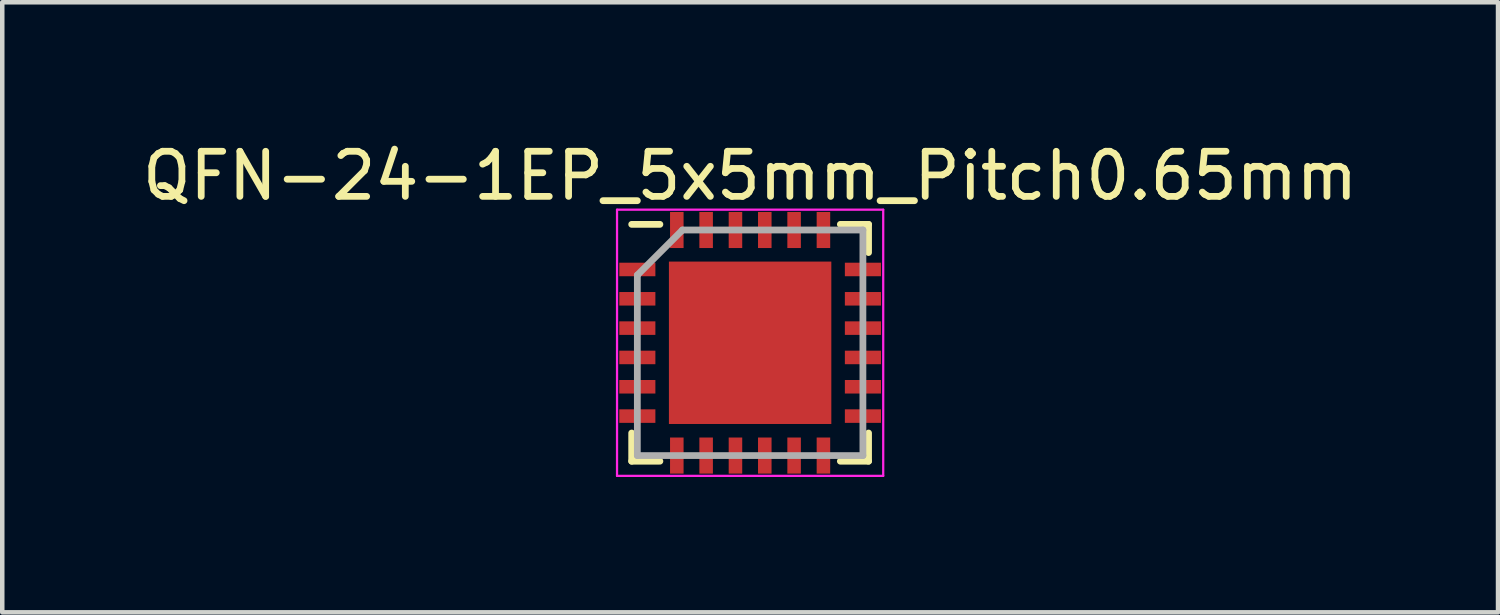
<source format=kicad_pcb>
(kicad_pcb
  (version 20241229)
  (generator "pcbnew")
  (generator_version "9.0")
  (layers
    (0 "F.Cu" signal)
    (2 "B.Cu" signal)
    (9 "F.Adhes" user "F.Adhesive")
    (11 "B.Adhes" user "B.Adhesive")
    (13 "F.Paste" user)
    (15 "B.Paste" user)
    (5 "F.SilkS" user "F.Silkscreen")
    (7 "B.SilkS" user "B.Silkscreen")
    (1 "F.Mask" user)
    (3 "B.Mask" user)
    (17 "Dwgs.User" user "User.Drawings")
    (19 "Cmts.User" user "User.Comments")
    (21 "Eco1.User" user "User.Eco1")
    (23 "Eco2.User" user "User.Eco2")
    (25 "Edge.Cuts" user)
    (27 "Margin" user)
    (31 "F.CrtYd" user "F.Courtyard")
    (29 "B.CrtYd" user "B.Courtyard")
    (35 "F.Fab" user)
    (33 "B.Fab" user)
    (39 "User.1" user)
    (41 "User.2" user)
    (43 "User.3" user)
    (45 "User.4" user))
  (footprint "QFN-24-1EP_5x5mm_Pitch0.65mm"
    (layer "F.Cu")
    (at 13.577 4.548)
    (property "Reference" "QFN-24-1EP_5x5mm_Pitch0.65mm" (at 0 -3.7 0) (layer "F.SilkS") (effects (font (size 1 1) (thickness 0.15))))
    (attr smd)
    (fp_line (start -2.625 -2.625) (end -2 -2.625) (stroke (width 0.15) (type solid)) (layer "F.SilkS"))
    (fp_line (start -2.625 2.625) (end -2.625 2) (stroke (width 0.15) (type solid)) (layer "F.SilkS"))
    (fp_line (start -2.625 2.625) (end -2 2.625) (stroke (width 0.15) (type solid)) (layer "F.SilkS"))
    (fp_line (start 2.625 -2.625) (end 2 -2.625) (stroke (width 0.15) (type solid)) (layer "F.SilkS"))
    (fp_line (start 2.625 -2.625) (end 2.625 -2) (stroke (width 0.15) (type solid)) (layer "F.SilkS"))
    (fp_line (start 2.625 2.625) (end 2 2.625) (stroke (width 0.15) (type solid)) (layer "F.SilkS"))
    (fp_line (start 2.625 2.625) (end 2.625 2) (stroke (width 0.15) (type solid)) (layer "F.SilkS"))
    (fp_line (start -2.95 -2.95) (end -2.95 2.95) (stroke (width 0.05) (type solid)) (layer "F.CrtYd"))
    (fp_line (start -2.95 -2.95) (end 2.95 -2.95) (stroke (width 0.05) (type solid)) (layer "F.CrtYd"))
    (fp_line (start -2.95 2.95) (end 2.95 2.95) (stroke (width 0.05) (type solid)) (layer "F.CrtYd"))
    (fp_line (start 2.95 -2.95) (end 2.95 2.95) (stroke (width 0.05) (type solid)) (layer "F.CrtYd"))
    (fp_line (start -2.5 -1.5) (end -1.5 -2.5) (stroke (width 0.15) (type solid)) (layer "F.Fab"))
    (fp_line (start -2.5 2.5) (end -2.5 -1.5) (stroke (width 0.15) (type solid)) (layer "F.Fab"))
    (fp_line (start -1.5 -2.5) (end 2.5 -2.5) (stroke (width 0.15) (type solid)) (layer "F.Fab"))
    (fp_line (start 2.5 -2.5) (end 2.5 2.5) (stroke (width 0.15) (type solid)) (layer "F.Fab"))
    (fp_line (start 2.5 2.5) (end -2.5 2.5) (stroke (width 0.15) (type solid)) (layer "F.Fab"))
    (pad "1" smd rect (at -2.5 -1.625) (size 0.8 0.3) (layers "F.Cu" "F.Mask" "F.Paste"))
    (pad "2" smd rect (at -2.5 -0.975) (size 0.8 0.3) (layers "F.Cu" "F.Mask" "F.Paste"))
    (pad "3" smd rect (at -2.5 -0.325) (size 0.8 0.3) (layers "F.Cu" "F.Mask" "F.Paste"))
    (pad "4" smd rect (at -2.5 0.325) (size 0.8 0.3) (layers "F.Cu" "F.Mask" "F.Paste"))
    (pad "5" smd rect (at -2.5 0.975) (size 0.8 0.3) (layers "F.Cu" "F.Mask" "F.Paste"))
    (pad "6" smd rect (at -2.5 1.625) (size 0.8 0.3) (layers "F.Cu" "F.Mask" "F.Paste"))
    (pad "7" smd rect (at -1.625 2.5 90) (size 0.8 0.3) (layers "F.Cu" "F.Mask" "F.Paste"))
    (pad "8" smd rect (at -0.975 2.5 90) (size 0.8 0.3) (layers "F.Cu" "F.Mask" "F.Paste"))
    (pad "9" smd rect (at -0.325 2.5 90) (size 0.8 0.3) (layers "F.Cu" "F.Mask" "F.Paste"))
    (pad "10" smd rect (at 0.325 2.5 90) (size 0.8 0.3) (layers "F.Cu" "F.Mask" "F.Paste"))
    (pad "11" smd rect (at 0.975 2.5 90) (size 0.8 0.3) (layers "F.Cu" "F.Mask" "F.Paste"))
    (pad "12" smd rect (at 1.625 2.5 90) (size 0.8 0.3) (layers "F.Cu" "F.Mask" "F.Paste"))
    (pad "13" smd rect (at 2.5 1.625) (size 0.8 0.3) (layers "F.Cu" "F.Mask" "F.Paste"))
    (pad "14" smd rect (at 2.5 0.975) (size 0.8 0.3) (layers "F.Cu" "F.Mask" "F.Paste"))
    (pad "15" smd rect (at 2.5 0.325) (size 0.8 0.3) (layers "F.Cu" "F.Mask" "F.Paste"))
    (pad "16" smd rect (at 2.5 -0.325) (size 0.8 0.3) (layers "F.Cu" "F.Mask" "F.Paste"))
    (pad "17" smd rect (at 2.5 -0.975) (size 0.8 0.3) (layers "F.Cu" "F.Mask" "F.Paste"))
    (pad "18" smd rect (at 2.5 -1.625) (size 0.8 0.3) (layers "F.Cu" "F.Mask" "F.Paste"))
    (pad "19" smd rect (at 1.625 -2.5 90) (size 0.8 0.3) (layers "F.Cu" "F.Mask" "F.Paste"))
    (pad "20" smd rect (at 0.975 -2.5 90) (size 0.8 0.3) (layers "F.Cu" "F.Mask" "F.Paste"))
    (pad "21" smd rect (at 0.325 -2.5 90) (size 0.8 0.3) (layers "F.Cu" "F.Mask" "F.Paste"))
    (pad "22" smd rect (at -0.325 -2.5 90) (size 0.8 0.3) (layers "F.Cu" "F.Mask" "F.Paste"))
    (pad "23" smd rect (at -0.975 -2.5 90) (size 0.8 0.3) (layers "F.Cu" "F.Mask" "F.Paste"))
    (pad "24" smd rect (at -1.625 -2.5 90) (size 0.8 0.3) (layers "F.Cu" "F.Mask" "F.Paste"))
    (pad "25" smd rect (at 0 0) (size 3.6 3.6) (layers "F.Cu" "F.Mask" "F.Paste")))
  (gr_rect
    (start -3 -3)
    (end 30.155 10.523)
    (stroke (width 0.1) (type default))
    (fill no)
    (layer "Edge.Cuts")))
</source>
